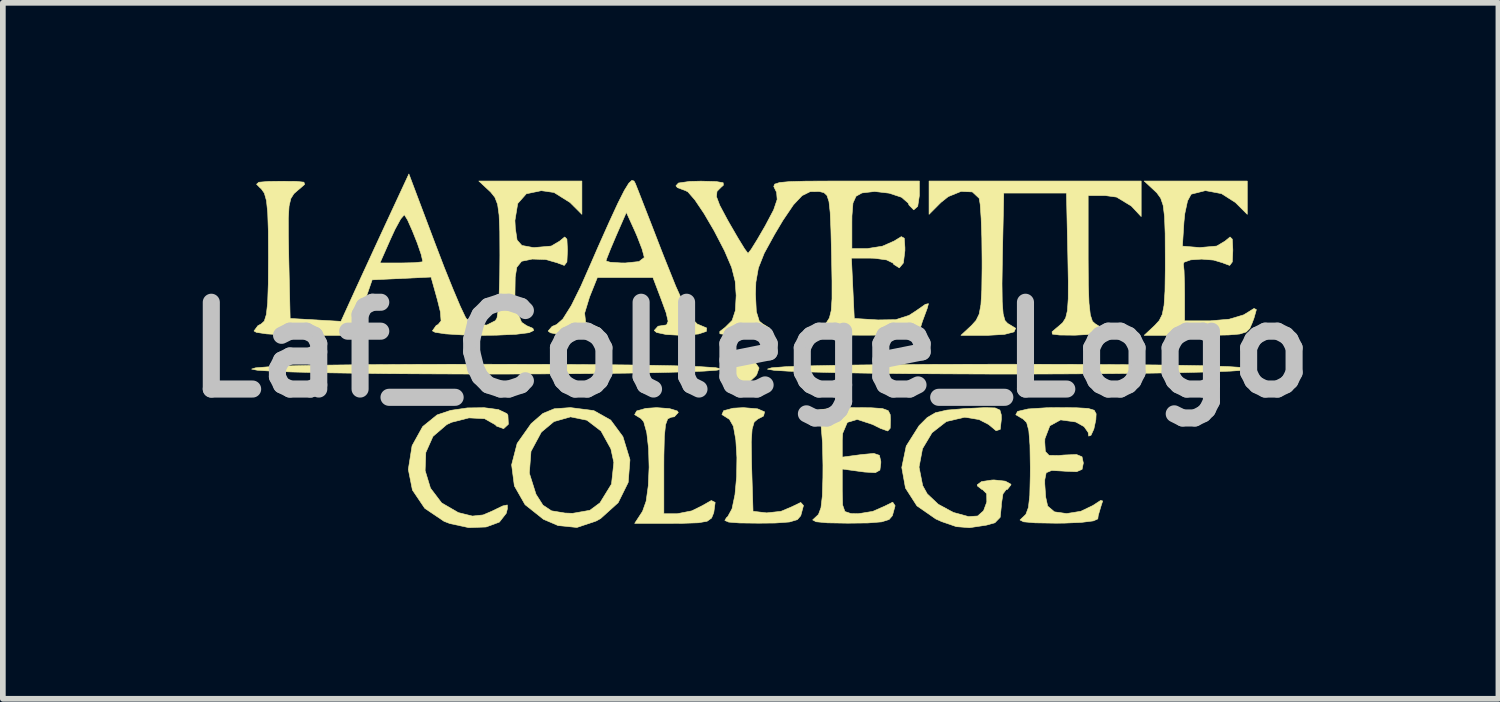
<source format=kicad_pcb>
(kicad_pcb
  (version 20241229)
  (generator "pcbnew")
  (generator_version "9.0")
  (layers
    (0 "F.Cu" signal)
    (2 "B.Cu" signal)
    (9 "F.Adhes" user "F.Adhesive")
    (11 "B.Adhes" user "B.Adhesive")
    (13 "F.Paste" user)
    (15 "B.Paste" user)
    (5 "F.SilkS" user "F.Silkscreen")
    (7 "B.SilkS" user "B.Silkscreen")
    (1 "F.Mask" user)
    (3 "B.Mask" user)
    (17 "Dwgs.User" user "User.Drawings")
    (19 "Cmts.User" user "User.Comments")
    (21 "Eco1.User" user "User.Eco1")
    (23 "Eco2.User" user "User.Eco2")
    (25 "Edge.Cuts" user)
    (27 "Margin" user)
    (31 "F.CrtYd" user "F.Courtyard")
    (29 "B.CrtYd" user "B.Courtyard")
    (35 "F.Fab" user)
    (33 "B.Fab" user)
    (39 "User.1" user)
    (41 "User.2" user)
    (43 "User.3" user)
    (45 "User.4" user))
  (footprint "Laf_College_Logo"
    (layer "F.Cu")
    (at 10.131 3.092)
    (property "Reference" "Laf_College_Logo" (at 0 0 0) (layer "Dwgs.User") (effects (font (size 1.524 1.524) (thickness 0.3))))
    (attr through_hole)
    (fp_poly (pts (xy -0.009 0.128) (xy 0.056 0.189) (xy 0.148 0.32) (xy 0.106 0.439) (xy 0.088 0.461) (xy -0.03 0.57) (xy -0.085 0.593) (xy -0.185 0.535) (xy -0.258 0.461) (xy -0.32 0.337) (xy -0.248 0.213) (xy -0.226 0.189) (xy -0.107 0.094) (xy -0.009 0.128)) (stroke (width 0.01) (type solid)) (fill yes) (layer "F.SilkS"))
    (fp_poly (pts (xy -3.598 0.256) (xy -2.687 0.261) (xy -1.93 0.269) (xy -1.331 0.281) (xy -0.893 0.296) (xy -0.619 0.314) (xy -0.51 0.335) (xy -0.508 0.339) (xy -0.589 0.358) (xy -0.82 0.375) (xy -1.181 0.389) (xy -1.651 0.401) (xy -2.212 0.411) (xy -2.843 0.418) (xy -3.524 0.423) (xy -4.237 0.426) (xy -4.96 0.426) (xy -5.674 0.423) (xy -6.36 0.419) (xy -6.997 0.411) (xy -7.566 0.402) (xy -8.046 0.39) (xy -8.419 0.375) (xy -8.665 0.359) (xy -8.763 0.339) (xy -8.763 0.339) (xy -8.693 0.317) (xy -8.455 0.298) (xy -8.05 0.282) (xy -7.478 0.27) (xy -6.742 0.261) (xy -5.842 0.256) (xy -4.779 0.254) (xy -4.662 0.254) (xy -3.598 0.256)) (stroke (width 0.01) (type solid)) (fill yes) (layer "F.SilkS"))
    (fp_poly (pts (xy 5.628 0.256) (xy 6.564 0.261) (xy 7.336 0.269) (xy 7.942 0.28) (xy 8.383 0.295) (xy 8.657 0.313) (xy 8.762 0.334) (xy 8.763 0.339) (xy 8.669 0.358) (xy 8.426 0.375) (xy 8.052 0.389) (xy 7.569 0.401) (xy 6.996 0.411) (xy 6.353 0.418) (xy 5.659 0.423) (xy 4.934 0.426) (xy 4.198 0.426) (xy 3.472 0.423) (xy 2.774 0.419) (xy 2.124 0.412) (xy 1.543 0.402) (xy 1.05 0.39) (xy 0.665 0.376) (xy 0.408 0.36) (xy 0.298 0.341) (xy 0.296 0.339) (xy 0.366 0.317) (xy 0.605 0.298) (xy 1.01 0.283) (xy 1.582 0.271) (xy 2.319 0.262) (xy 3.221 0.256) (xy 4.285 0.254) (xy 4.53 0.254) (xy 5.628 0.256)) (stroke (width 0.01) (type solid)) (fill yes) (layer "F.SilkS"))
    (fp_poly (pts (xy -1.424 1.033) (xy -1.287 1.075) (xy -1.27 1.101) (xy -1.339 1.176) (xy -1.397 1.185) (xy -1.456 1.213) (xy -1.494 1.316) (xy -1.515 1.521) (xy -1.523 1.856) (xy -1.524 2.032) (xy -1.524 2.879) (xy -1.289 2.879) (xy -1.035 2.829) (xy -0.86 2.743) (xy -0.69 2.647) (xy -0.623 2.68) (xy -0.646 2.851) (xy -0.648 2.861) (xy -0.686 2.955) (xy -0.764 3.011) (xy -0.919 3.038) (xy -1.188 3.047) (xy -1.366 3.048) (xy -2.036 3.048) (xy -1.898 2.837) (xy -1.835 2.659) (xy -1.797 2.385) (xy -1.783 2.062) (xy -1.792 1.737) (xy -1.824 1.455) (xy -1.878 1.262) (xy -1.927 1.206) (xy -2.037 1.139) (xy -2.001 1.074) (xy -1.842 1.029) (xy -1.651 1.016) (xy -1.424 1.033)) (stroke (width 0.01) (type solid)) (fill yes) (layer "F.SilkS"))
    (fp_poly (pts (xy 0.122 1.037) (xy 0.245 1.09) (xy 0.227 1.163) (xy 0.124 1.217) (xy 0.062 1.27) (xy 0.026 1.393) (xy 0.011 1.615) (xy 0.016 1.969) (xy 0.018 2.052) (xy 0.042 2.836) (xy 0.281 2.864) (xy 0.533 2.837) (xy 0.725 2.756) (xy 0.88 2.681) (xy 0.928 2.735) (xy 0.88 2.914) (xy 0.82 2.983) (xy 0.682 3.024) (xy 0.435 3.042) (xy 0.139 3.045) (xy -0.196 3.041) (xy -0.385 3.026) (xy -0.453 2.997) (xy -0.424 2.948) (xy -0.402 2.93) (xy -0.327 2.793) (xy -0.275 2.545) (xy -0.246 2.229) (xy -0.241 1.893) (xy -0.26 1.583) (xy -0.303 1.343) (xy -0.373 1.22) (xy -0.381 1.216) (xy -0.504 1.138) (xy -0.474 1.07) (xy -0.309 1.026) (xy -0.127 1.016) (xy 0.122 1.037)) (stroke (width 0.01) (type solid)) (fill yes) (layer "F.SilkS"))
    (fp_poly (pts (xy -4.429 1.05) (xy -4.279 1.122) (xy -4.262 1.149) (xy -4.254 1.308) (xy -4.337 1.385) (xy -4.461 1.341) (xy -4.484 1.316) (xy -4.672 1.21) (xy -4.946 1.196) (xy -5.25 1.273) (xy -5.335 1.313) (xy -5.578 1.521) (xy -5.704 1.804) (xy -5.716 2.121) (xy -5.622 2.43) (xy -5.426 2.689) (xy -5.133 2.859) (xy -4.887 2.92) (xy -4.697 2.9) (xy -4.549 2.837) (xy -4.353 2.742) (xy -4.273 2.725) (xy -4.271 2.79) (xy -4.291 2.871) (xy -4.412 3.026) (xy -4.646 3.112) (xy -4.949 3.123) (xy -5.28 3.052) (xy -5.384 3.012) (xy -5.722 2.784) (xy -5.939 2.463) (xy -6.011 2.101) (xy -5.945 1.685) (xy -5.759 1.349) (xy -5.506 1.144) (xy -5.268 1.064) (xy -4.975 1.021) (xy -4.678 1.017) (xy -4.429 1.05)) (stroke (width 0.01) (type solid)) (fill yes) (layer "F.SilkS"))
    (fp_poly (pts (xy -2.754 1.068) (xy -2.457 1.235) (xy -2.243 1.525) (xy -2.119 1.931) (xy -2.15 2.329) (xy -2.326 2.685) (xy -2.635 2.964) (xy -2.713 3.007) (xy -3.05 3.12) (xy -3.381 3.087) (xy -3.638 2.977) (xy -3.961 2.72) (xy -4.149 2.39) (xy -4.178 2.167) (xy -3.886 2.167) (xy -3.769 2.537) (xy -3.647 2.728) (xy -3.497 2.828) (xy -3.26 2.867) (xy -3.126 2.872) (xy -2.824 2.819) (xy -2.646 2.688) (xy -2.443 2.358) (xy -2.402 1.98) (xy -2.454 1.74) (xy -2.627 1.427) (xy -2.875 1.237) (xy -3.163 1.178) (xy -3.454 1.261) (xy -3.675 1.446) (xy -3.857 1.784) (xy -3.886 2.167) (xy -4.178 2.167) (xy -4.197 2.02) (xy -4.1 1.645) (xy -3.855 1.298) (xy -3.854 1.297) (xy -3.648 1.118) (xy -3.449 1.036) (xy -3.173 1.016) (xy -3.16 1.016) (xy -2.754 1.068)) (stroke (width 0.01) (type solid)) (fill yes) (layer "F.SilkS"))
    (fp_poly (pts (xy 4.293 1.021) (xy 4.377 1.059) (xy 4.401 1.141) (xy 4.403 1.218) (xy 4.383 1.398) (xy 4.31 1.421) (xy 4.179 1.312) (xy 4.01 1.225) (xy 3.773 1.186) (xy 3.755 1.185) (xy 3.437 1.26) (xy 3.185 1.457) (xy 3.018 1.737) (xy 2.957 2.06) (xy 3.021 2.385) (xy 3.101 2.53) (xy 3.295 2.713) (xy 3.559 2.856) (xy 3.826 2.929) (xy 3.986 2.919) (xy 4.09 2.827) (xy 4.147 2.673) (xy 4.145 2.527) (xy 4.073 2.456) (xy 4.064 2.455) (xy 3.982 2.391) (xy 3.979 2.371) (xy 4.054 2.315) (xy 4.237 2.287) (xy 4.276 2.286) (xy 4.472 2.307) (xy 4.569 2.36) (xy 4.572 2.371) (xy 4.508 2.453) (xy 4.487 2.455) (xy 4.431 2.53) (xy 4.403 2.711) (xy 4.403 2.741) (xy 4.382 2.942) (xy 4.289 3.038) (xy 4.138 3.08) (xy 3.844 3.124) (xy 3.613 3.106) (xy 3.354 3.017) (xy 3.253 2.972) (xy 2.92 2.741) (xy 2.719 2.428) (xy 2.654 2.067) (xy 2.732 1.691) (xy 2.958 1.333) (xy 3.101 1.19) (xy 3.246 1.105) (xy 3.447 1.059) (xy 3.758 1.033) (xy 3.8 1.031) (xy 4.113 1.016) (xy 4.293 1.021)) (stroke (width 0.01) (type solid)) (fill yes) (layer "F.SilkS"))
    (fp_poly (pts (xy 2.114 1.018) (xy 2.315 1.032) (xy 2.416 1.069) (xy 2.451 1.138) (xy 2.455 1.228) (xy 2.451 1.378) (xy 2.408 1.426) (xy 2.283 1.382) (xy 2.14 1.311) (xy 1.871 1.223) (xy 1.698 1.275) (xy 1.616 1.468) (xy 1.609 1.587) (xy 1.609 1.885) (xy 1.947 1.84) (xy 2.164 1.82) (xy 2.261 1.853) (xy 2.286 1.959) (xy 2.286 1.99) (xy 2.27 2.113) (xy 2.19 2.158) (xy 2 2.147) (xy 1.947 2.14) (xy 1.609 2.094) (xy 1.609 2.487) (xy 1.615 2.725) (xy 1.655 2.84) (xy 1.761 2.876) (xy 1.886 2.879) (xy 2.144 2.838) (xy 2.352 2.747) (xy 2.495 2.676) (xy 2.537 2.739) (xy 2.489 2.914) (xy 2.431 2.981) (xy 2.299 3.022) (xy 2.06 3.041) (xy 1.705 3.045) (xy 1.35 3.039) (xy 1.15 3.02) (xy 1.089 2.988) (xy 1.122 2.957) (xy 1.191 2.892) (xy 1.235 2.774) (xy 1.259 2.569) (xy 1.269 2.244) (xy 1.27 2.028) (xy 1.262 1.636) (xy 1.239 1.353) (xy 1.205 1.203) (xy 1.185 1.185) (xy 1.103 1.121) (xy 1.101 1.101) (xy 1.18 1.059) (xy 1.396 1.029) (xy 1.717 1.016) (xy 1.778 1.016) (xy 2.114 1.018)) (stroke (width 0.01) (type solid)) (fill yes) (layer "F.SilkS"))
    (fp_poly (pts (xy 6.858 -2.339) (xy 6.685 -2.524) (xy 6.426 -2.681) (xy 6.22 -2.709) (xy 5.927 -2.709) (xy 5.927 -1.606) (xy 5.93 -1.14) (xy 5.942 -0.818) (xy 5.965 -0.613) (xy 6.002 -0.5) (xy 6.054 -0.454) (xy 6.179 -0.378) (xy 6.149 -0.314) (xy 5.98 -0.271) (xy 5.694 -0.256) (xy 5.424 -0.259) (xy 5.298 -0.275) (xy 5.293 -0.316) (xy 5.385 -0.394) (xy 5.4 -0.406) (xy 5.479 -0.475) (xy 5.532 -0.559) (xy 5.563 -0.688) (xy 5.577 -0.894) (xy 5.578 -1.208) (xy 5.57 -1.653) (xy 5.546 -2.752) (xy 4.445 -2.752) (xy 4.421 -1.628) (xy 4.414 -1.162) (xy 4.418 -0.838) (xy 4.434 -0.631) (xy 4.466 -0.514) (xy 4.516 -0.46) (xy 4.527 -0.455) (xy 4.654 -0.378) (xy 4.625 -0.314) (xy 4.456 -0.27) (xy 4.175 -0.254) (xy 3.693 -0.254) (xy 3.879 -0.427) (xy 3.959 -0.516) (xy 4.013 -0.626) (xy 4.044 -0.792) (xy 4.059 -1.048) (xy 4.064 -1.43) (xy 4.064 -1.563) (xy 4.06 -1.961) (xy 4.048 -2.304) (xy 4.031 -2.553) (xy 4.013 -2.66) (xy 3.893 -2.772) (xy 3.695 -2.781) (xy 3.471 -2.69) (xy 3.34 -2.586) (xy 3.133 -2.378) (xy 3.133 -2.963) (xy 6.858 -2.963) (xy 6.858 -2.339)) (stroke (width 0.01) (type solid)) (fill yes) (layer "F.SilkS"))
    (fp_poly (pts (xy 8.721 -2.378) (xy 8.513 -2.586) (xy 8.268 -2.742) (xy 7.986 -2.795) (xy 7.74 -2.733) (xy 7.734 -2.729) (xy 7.672 -2.614) (xy 7.624 -2.391) (xy 7.609 -2.243) (xy 7.582 -1.82) (xy 7.887 -1.795) (xy 8.183 -1.821) (xy 8.329 -1.907) (xy 8.419 -1.981) (xy 8.458 -1.942) (xy 8.467 -1.762) (xy 8.467 -1.739) (xy 8.458 -1.542) (xy 8.412 -1.481) (xy 8.303 -1.521) (xy 8.293 -1.526) (xy 8.129 -1.575) (xy 7.92 -1.592) (xy 7.728 -1.579) (xy 7.61 -1.537) (xy 7.599 -1.503) (xy 7.611 -1.389) (xy 7.618 -1.163) (xy 7.62 -0.974) (xy 7.62 -0.508) (xy 8.067 -0.508) (xy 8.403 -0.537) (xy 8.657 -0.613) (xy 8.702 -0.64) (xy 8.84 -0.726) (xy 8.881 -0.705) (xy 8.839 -0.556) (xy 8.807 -0.471) (xy 8.765 -0.375) (xy 8.703 -0.313) (xy 8.589 -0.277) (xy 8.391 -0.26) (xy 8.075 -0.254) (xy 7.818 -0.254) (xy 6.911 -0.254) (xy 7.096 -0.427) (xy 7.175 -0.513) (xy 7.228 -0.62) (xy 7.26 -0.781) (xy 7.276 -1.029) (xy 7.281 -1.398) (xy 7.281 -1.609) (xy 7.279 -2.042) (xy 7.268 -2.339) (xy 7.244 -2.535) (xy 7.201 -2.661) (xy 7.135 -2.753) (xy 7.096 -2.791) (xy 6.911 -2.963) (xy 8.721 -2.963) (xy 8.721 -2.378)) (stroke (width 0.01) (type solid)) (fill yes) (layer "F.SilkS"))
    (fp_poly (pts (xy 5.717 1.018) (xy 5.927 1.03) (xy 6.033 1.062) (xy 6.067 1.124) (xy 6.062 1.226) (xy 6.062 1.228) (xy 6.027 1.392) (xy 5.977 1.501) (xy 5.937 1.516) (xy 5.927 1.451) (xy 5.856 1.35) (xy 5.709 1.268) (xy 5.443 1.231) (xy 5.254 1.335) (xy 5.167 1.562) (xy 5.165 1.621) (xy 5.175 1.786) (xy 5.24 1.854) (xy 5.406 1.857) (xy 5.503 1.848) (xy 5.722 1.839) (xy 5.819 1.879) (xy 5.842 1.987) (xy 5.842 1.99) (xy 5.82 2.1) (xy 5.724 2.141) (xy 5.508 2.132) (xy 5.503 2.131) (xy 5.287 2.119) (xy 5.19 2.159) (xy 5.165 2.283) (xy 5.165 2.355) (xy 5.181 2.586) (xy 5.216 2.745) (xy 5.335 2.846) (xy 5.549 2.876) (xy 5.798 2.836) (xy 6.007 2.736) (xy 6.147 2.645) (xy 6.182 2.655) (xy 6.153 2.743) (xy 6.104 2.909) (xy 6.096 2.97) (xy 6.018 3.005) (xy 5.809 3.031) (xy 5.507 3.044) (xy 5.355 3.045) (xy 4.997 3.039) (xy 4.793 3.021) (xy 4.73 2.989) (xy 4.763 2.957) (xy 4.833 2.89) (xy 4.878 2.768) (xy 4.902 2.556) (xy 4.91 2.221) (xy 4.911 2.067) (xy 4.905 1.674) (xy 4.885 1.421) (xy 4.847 1.278) (xy 4.786 1.217) (xy 4.784 1.216) (xy 4.656 1.141) (xy 4.688 1.082) (xy 4.872 1.039) (xy 5.198 1.018) (xy 5.371 1.016) (xy 5.717 1.018)) (stroke (width 0.01) (type solid)) (fill yes) (layer "F.SilkS"))
    (fp_poly (pts (xy -2.048 -2.963) (xy -2.025 -2.921) (xy -1.97 -2.783) (xy -1.868 -2.521) (xy -1.73 -2.168) (xy -1.572 -1.759) (xy -1.517 -1.619) (xy -1.316 -1.118) (xy -1.156 -0.765) (xy -1.032 -0.547) (xy -0.935 -0.45) (xy -0.92 -0.445) (xy -0.773 -0.383) (xy -0.777 -0.323) (xy -0.916 -0.277) (xy -1.171 -0.255) (xy -1.228 -0.254) (xy -1.483 -0.268) (xy -1.652 -0.304) (xy -1.693 -0.339) (xy -1.625 -0.414) (xy -1.566 -0.423) (xy -1.476 -0.437) (xy -1.449 -0.501) (xy -1.484 -0.651) (xy -1.578 -0.907) (xy -1.716 -1.27) (xy -2.691 -1.27) (xy -2.829 -0.926) (xy -2.915 -0.644) (xy -2.897 -0.482) (xy -2.771 -0.424) (xy -2.747 -0.423) (xy -2.637 -0.376) (xy -2.625 -0.339) (xy -2.701 -0.292) (xy -2.899 -0.262) (xy -3.09 -0.254) (xy -3.345 -0.266) (xy -3.515 -0.298) (xy -3.556 -0.329) (xy -3.486 -0.41) (xy -3.407 -0.443) (xy -3.297 -0.541) (xy -3.149 -0.776) (xy -2.978 -1.122) (xy -2.947 -1.193) (xy -2.786 -1.559) (xy -2.54 -1.559) (xy -2.465 -1.537) (xy -2.277 -1.525) (xy -2.201 -1.524) (xy -1.961 -1.549) (xy -1.869 -1.619) (xy -1.869 -1.63) (xy -1.906 -1.768) (xy -1.991 -1.988) (xy -2.028 -2.074) (xy -2.182 -2.413) (xy -2.361 -2.004) (xy -2.461 -1.768) (xy -2.526 -1.604) (xy -2.54 -1.559) (xy -2.786 -1.559) (xy -2.686 -1.789) (xy -2.483 -2.244) (xy -2.33 -2.575) (xy -2.218 -2.797) (xy -2.139 -2.925) (xy -2.085 -2.975) (xy -2.048 -2.963)) (stroke (width 0.01) (type solid)) (fill yes) (layer "F.SilkS"))
    (fp_poly (pts (xy 2.963 -2.709) (xy 2.934 -2.519) (xy 2.864 -2.457) (xy 2.782 -2.54) (xy 2.765 -2.578) (xy 2.65 -2.678) (xy 2.432 -2.75) (xy 2.178 -2.78) (xy 1.955 -2.754) (xy 1.851 -2.696) (xy 1.797 -2.577) (xy 1.779 -2.351) (xy 1.778 -2.238) (xy 1.778 -1.778) (xy 2.055 -1.778) (xy 2.314 -1.819) (xy 2.521 -1.91) (xy 2.646 -1.987) (xy 2.698 -1.958) (xy 2.709 -1.794) (xy 2.709 -1.74) (xy 2.682 -1.524) (xy 2.611 -1.438) (xy 2.514 -1.499) (xy 2.498 -1.524) (xy 2.387 -1.578) (xy 2.176 -1.607) (xy 2.108 -1.609) (xy 1.77 -1.609) (xy 1.82 -0.55) (xy 2.237 -0.524) (xy 2.549 -0.529) (xy 2.781 -0.604) (xy 2.907 -0.685) (xy 3.068 -0.798) (xy 3.123 -0.81) (xy 3.1 -0.725) (xy 3.095 -0.711) (xy 3.016 -0.498) (xy 2.986 -0.402) (xy 2.949 -0.337) (xy 2.861 -0.294) (xy 2.693 -0.269) (xy 2.416 -0.258) (xy 2.001 -0.256) (xy 1.594 -0.258) (xy 1.333 -0.265) (xy 1.195 -0.282) (xy 1.158 -0.313) (xy 1.197 -0.363) (xy 1.252 -0.406) (xy 1.33 -0.475) (xy 1.383 -0.559) (xy 1.415 -0.688) (xy 1.429 -0.894) (xy 1.429 -1.208) (xy 1.421 -1.653) (xy 1.41 -2.102) (xy 1.397 -2.409) (xy 1.376 -2.602) (xy 1.341 -2.709) (xy 1.288 -2.759) (xy 1.211 -2.778) (xy 1.202 -2.779) (xy 1.046 -2.777) (xy 0.904 -2.707) (xy 0.752 -2.546) (xy 0.566 -2.271) (xy 0.419 -2.024) (xy 0.238 -1.694) (xy 0.136 -1.436) (xy 0.092 -1.187) (xy 0.085 -0.977) (xy 0.1 -0.671) (xy 0.152 -0.503) (xy 0.212 -0.454) (xy 0.337 -0.378) (xy 0.308 -0.315) (xy 0.14 -0.272) (xy -0.148 -0.258) (xy -0.417 -0.264) (xy -0.54 -0.281) (xy -0.542 -0.32) (xy -0.447 -0.394) (xy -0.445 -0.396) (xy -0.325 -0.515) (xy -0.268 -0.689) (xy -0.254 -0.954) (xy -0.271 -1.201) (xy -0.333 -1.446) (xy -0.458 -1.738) (xy -0.639 -2.087) (xy -0.818 -2.393) (xy -0.979 -2.632) (xy -1.101 -2.772) (xy -1.142 -2.794) (xy -1.285 -2.847) (xy -1.312 -2.879) (xy -1.268 -2.928) (xy -1.073 -2.956) (xy -0.873 -2.961) (xy -0.605 -2.954) (xy -0.482 -2.933) (xy -0.479 -2.889) (xy -0.523 -2.85) (xy -0.591 -2.781) (xy -0.6 -2.689) (xy -0.543 -2.537) (xy -0.409 -2.286) (xy -0.37 -2.217) (xy -0.221 -1.96) (xy -0.106 -1.773) (xy -0.047 -1.694) (xy -0.046 -1.693) (xy 0.008 -1.761) (xy 0.118 -1.938) (xy 0.256 -2.176) (xy 0.404 -2.456) (xy 0.466 -2.639) (xy 0.456 -2.765) (xy 0.433 -2.811) (xy 0.406 -2.868) (xy 0.423 -2.909) (xy 0.509 -2.937) (xy 0.684 -2.953) (xy 0.973 -2.961) (xy 1.398 -2.963) (xy 1.65 -2.963) (xy 2.963 -2.963) (xy 2.963 -2.709)) (stroke (width 0.01) (type solid)) (fill yes) (layer "F.SilkS"))
    (fp_poly (pts (xy -5.544 -1.874) (xy -5.379 -1.443) (xy -5.226 -1.064) (xy -5.1 -0.766) (xy -5.013 -0.582) (xy -4.989 -0.542) (xy -4.827 -0.444) (xy -4.633 -0.434) (xy -4.482 -0.511) (xy -4.454 -0.557) (xy -4.433 -0.693) (xy -4.417 -0.957) (xy -4.406 -1.31) (xy -4.403 -1.655) (xy -4.405 -2.077) (xy -4.417 -2.365) (xy -4.443 -2.553) (xy -4.49 -2.675) (xy -4.562 -2.766) (xy -4.588 -2.791) (xy -4.773 -2.963) (xy -3.868 -2.963) (xy -2.963 -2.963) (xy -2.963 -2.378) (xy -3.171 -2.586) (xy -3.452 -2.762) (xy -3.676 -2.794) (xy -3.939 -2.739) (xy -4.09 -2.568) (xy -4.139 -2.27) (xy -4.132 -2.134) (xy -4.101 -1.926) (xy -4.017 -1.832) (xy -3.828 -1.797) (xy -3.799 -1.795) (xy -3.501 -1.821) (xy -3.355 -1.907) (xy -3.265 -1.981) (xy -3.226 -1.942) (xy -3.217 -1.762) (xy -3.217 -1.739) (xy -3.226 -1.542) (xy -3.272 -1.481) (xy -3.381 -1.521) (xy -3.391 -1.526) (xy -3.599 -1.585) (xy -3.835 -1.593) (xy -4.022 -1.554) (xy -4.106 -1.449) (xy -4.134 -1.276) (xy -4.139 -0.951) (xy -4.099 -0.673) (xy -4.022 -0.483) (xy -3.933 -0.423) (xy -3.823 -0.376) (xy -3.81 -0.339) (xy -3.891 -0.3) (xy -4.118 -0.272) (xy -4.468 -0.256) (xy -4.699 -0.254) (xy -5.064 -0.261) (xy -5.356 -0.279) (xy -5.541 -0.307) (xy -5.588 -0.332) (xy -5.521 -0.427) (xy -5.488 -0.443) (xy -5.436 -0.507) (xy -5.448 -0.667) (xy -5.5 -0.877) (xy -5.612 -1.277) (xy -6.646 -1.228) (xy -6.814 -0.741) (xy -6.982 -0.254) (xy -7.851 -0.254) (xy -8.212 -0.261) (xy -8.499 -0.279) (xy -8.679 -0.306) (xy -8.721 -0.33) (xy -8.653 -0.422) (xy -8.594 -0.454) (xy -8.54 -0.503) (xy -8.504 -0.619) (xy -8.481 -0.827) (xy -8.47 -1.153) (xy -8.467 -1.618) (xy -8.469 -2.082) (xy -8.48 -2.406) (xy -8.502 -2.619) (xy -8.539 -2.75) (xy -8.594 -2.828) (xy -8.615 -2.845) (xy -8.676 -2.907) (xy -8.636 -2.942) (xy -8.47 -2.956) (xy -8.255 -2.959) (xy -7.977 -2.957) (xy -7.844 -2.943) (xy -7.832 -2.904) (xy -7.915 -2.831) (xy -7.94 -2.811) (xy -8.02 -2.741) (xy -8.074 -2.655) (xy -8.105 -2.523) (xy -8.118 -2.311) (xy -8.117 -1.99) (xy -8.11 -1.606) (xy -8.086 -0.55) (xy -7.194 -0.499) (xy -6.951 -1.033) (xy -6.801 -1.36) (xy -6.725 -1.524) (xy -6.509 -1.524) (xy -6.133 -1.524) (xy -5.907 -1.529) (xy -5.773 -1.543) (xy -5.757 -1.551) (xy -5.785 -1.674) (xy -5.854 -1.875) (xy -5.942 -2.095) (xy -6.024 -2.279) (xy -6.078 -2.367) (xy -6.083 -2.369) (xy -6.145 -2.297) (xy -6.245 -2.114) (xy -6.323 -1.945) (xy -6.509 -1.524) (xy -6.725 -1.524) (xy -6.613 -1.768) (xy -6.419 -2.187) (xy -6.354 -2.327) (xy -6.001 -3.087) (xy -5.544 -1.874)) (stroke (width 0.01) (type solid)) (fill yes) (layer "F.SilkS")))
  (gr_rect
    (start -3 -3)
    (end 23.262 9.221)
    (stroke (width 0.1) (type default))
    (fill no)
    (layer "Edge.Cuts")))
</source>
